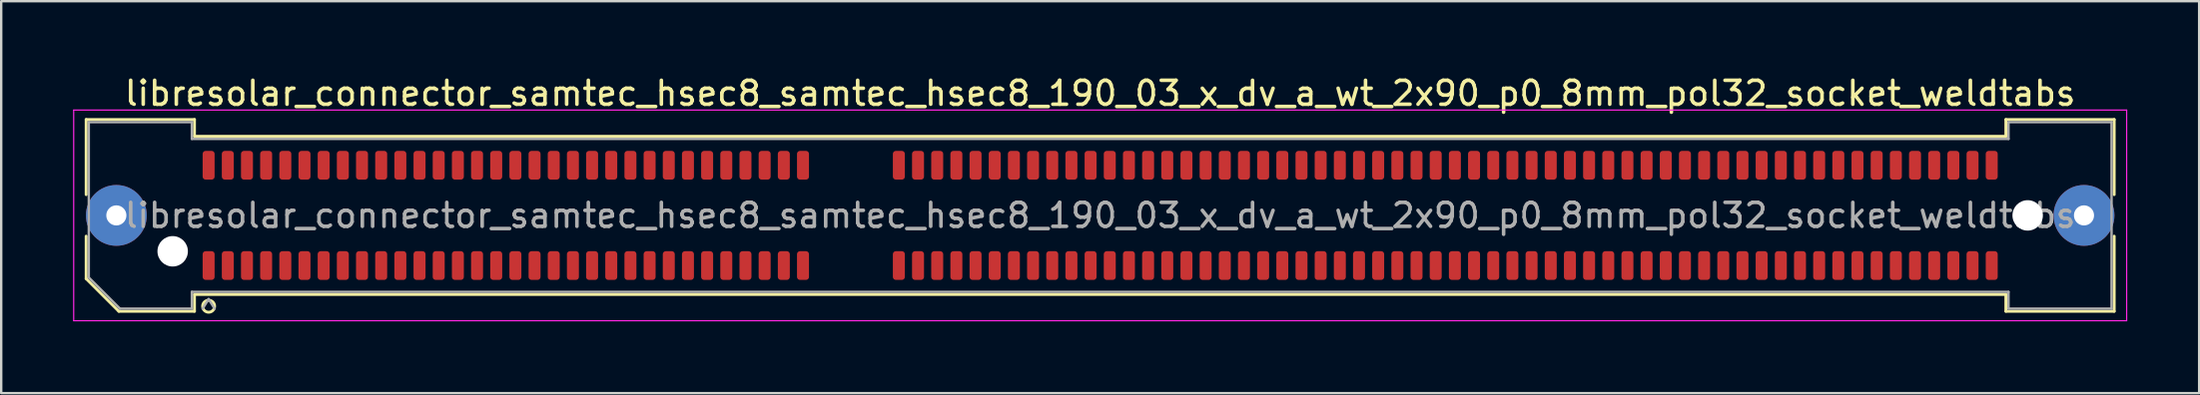
<source format=kicad_pcb>
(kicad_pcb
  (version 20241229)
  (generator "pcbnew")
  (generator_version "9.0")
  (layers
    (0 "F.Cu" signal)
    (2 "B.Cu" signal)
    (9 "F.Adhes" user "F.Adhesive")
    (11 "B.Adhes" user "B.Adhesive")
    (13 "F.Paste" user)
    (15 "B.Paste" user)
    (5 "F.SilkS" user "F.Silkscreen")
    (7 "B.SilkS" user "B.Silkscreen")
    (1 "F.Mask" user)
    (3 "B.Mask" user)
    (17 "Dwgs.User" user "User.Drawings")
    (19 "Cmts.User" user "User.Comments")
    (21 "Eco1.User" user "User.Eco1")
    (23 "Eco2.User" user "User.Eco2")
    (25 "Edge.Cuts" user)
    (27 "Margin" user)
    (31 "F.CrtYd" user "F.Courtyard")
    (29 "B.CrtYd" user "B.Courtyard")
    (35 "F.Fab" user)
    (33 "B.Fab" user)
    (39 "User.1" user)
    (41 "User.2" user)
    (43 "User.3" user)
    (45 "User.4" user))
  (footprint "libresolar_connector_samtec_hsec8_samtec_hsec8_190_03_x_dv_a_wt_2x90_p0_8mm_pol32_socket_weldtabs"
    (layer "F.Cu")
    (at 42.855 5.948)
    (property "Reference" "libresolar_connector_samtec_hsec8_samtec_hsec8_190_03_x_dv_a_wt_2x90_p0_8mm_pol32_socket_weldtabs" (at 0 -5.1 0) (layer "F.SilkS") (effects (font (size 1 1) (thickness 0.15))))
    (attr smd)
    (fp_line (start -42.31 -4.005) (end -37.79 -4.005) (stroke (width 0.12) (type solid)) (layer "F.SilkS"))
    (fp_line (start -42.31 -0.868) (end -42.31 -4.005) (stroke (width 0.12) (type solid)) (layer "F.SilkS"))
    (fp_line (start -42.31 2.641) (end -42.31 0.868) (stroke (width 0.12) (type solid)) (layer "F.SilkS"))
    (fp_line (start -40.946 4.005) (end -42.31 2.641) (stroke (width 0.12) (type solid)) (layer "F.SilkS"))
    (fp_line (start -37.79 -4.005) (end -37.79 -3.305) (stroke (width 0.12) (type solid)) (layer "F.SilkS"))
    (fp_line (start -37.79 -3.305) (end 37.79 -3.305) (stroke (width 0.12) (type solid)) (layer "F.SilkS"))
    (fp_line (start -37.79 3.305) (end -37.79 4.005) (stroke (width 0.12) (type solid)) (layer "F.SilkS"))
    (fp_line (start -37.79 4.005) (end -40.946 4.005) (stroke (width 0.12) (type solid)) (layer "F.SilkS"))
    (fp_line (start 37.79 -4.005) (end 42.31 -4.005) (stroke (width 0.12) (type solid)) (layer "F.SilkS"))
    (fp_line (start 37.79 -3.305) (end 37.79 -4.005) (stroke (width 0.12) (type solid)) (layer "F.SilkS"))
    (fp_line (start 37.79 3.305) (end -37.79 3.305) (stroke (width 0.12) (type solid)) (layer "F.SilkS"))
    (fp_line (start 37.79 4.005) (end 37.79 3.305) (stroke (width 0.12) (type solid)) (layer "F.SilkS"))
    (fp_line (start 42.31 -4.005) (end 42.31 -0.868) (stroke (width 0.12) (type solid)) (layer "F.SilkS"))
    (fp_line (start 42.31 0.868) (end 42.31 4.005) (stroke (width 0.12) (type solid)) (layer "F.SilkS"))
    (fp_line (start 42.31 4.005) (end 37.79 4.005) (stroke (width 0.12) (type solid)) (layer "F.SilkS"))
    (fp_arc (start -36.95 3.795) (mid -37.45 3.795) (end -36.95 3.795) (stroke (width 0.12) (type solid)) (layer "F.SilkS"))
    (fp_line (start -42.83 -4.4) (end -42.83 4.4) (stroke (width 0.05) (type solid)) (layer "F.CrtYd"))
    (fp_line (start -42.83 4.4) (end 42.83 4.4) (stroke (width 0.05) (type solid)) (layer "F.CrtYd"))
    (fp_line (start 42.83 -4.4) (end -42.83 -4.4) (stroke (width 0.05) (type solid)) (layer "F.CrtYd"))
    (fp_line (start 42.83 4.4) (end 42.83 -4.4) (stroke (width 0.05) (type solid)) (layer "F.CrtYd"))
    (fp_line (start -42.2 -3.895) (end -37.9 -3.895) (stroke (width 0.1) (type solid)) (layer "F.Fab"))
    (fp_line (start -42.2 2.595) (end -42.2 -3.895) (stroke (width 0.1) (type solid)) (layer "F.Fab"))
    (fp_line (start -40.9 3.895) (end -42.2 2.595) (stroke (width 0.1) (type solid)) (layer "F.Fab"))
    (fp_line (start -37.9 -3.895) (end -37.9 -3.195) (stroke (width 0.1) (type solid)) (layer "F.Fab"))
    (fp_line (start -37.9 -3.195) (end 37.9 -3.195) (stroke (width 0.1) (type solid)) (layer "F.Fab"))
    (fp_line (start -37.9 3.195) (end -37.9 3.895) (stroke (width 0.1) (type solid)) (layer "F.Fab"))
    (fp_line (start -37.9 3.895) (end -40.9 3.895) (stroke (width 0.1) (type solid)) (layer "F.Fab"))
    (fp_line (start -37.2 3.495) (end -37.45 3.895) (stroke (width 0.1) (type solid)) (layer "F.Fab"))
    (fp_line (start -37.2 3.495) (end -36.95 3.895) (stroke (width 0.1) (type solid)) (layer "F.Fab"))
    (fp_line (start 37.9 -3.895) (end 42.2 -3.895) (stroke (width 0.1) (type solid)) (layer "F.Fab"))
    (fp_line (start 37.9 -3.195) (end 37.9 -3.895) (stroke (width 0.1) (type solid)) (layer "F.Fab"))
    (fp_line (start 37.9 3.195) (end -37.9 3.195) (stroke (width 0.1) (type solid)) (layer "F.Fab"))
    (fp_line (start 37.9 3.895) (end 37.9 3.195) (stroke (width 0.1) (type solid)) (layer "F.Fab"))
    (fp_line (start 42.2 -3.895) (end 42.2 3.895) (stroke (width 0.1) (type solid)) (layer "F.Fab"))
    (fp_line (start 42.2 3.895) (end 37.9 3.895) (stroke (width 0.1) (type solid)) (layer "F.Fab"))
    (fp_text user "${REFERENCE}" (at 0 0 0) (layer "F.Fab") (effects (font (size 1 1) (thickness 0.15))))
    (pad "" thru_hole circle (at -41.05 0) (size 2.54 2.54) (drill 0.84) (layers "*.Cu" "*.Mask" "F.Paste"))
    (pad "" np_thru_hole circle (at -38.7 1.5) (size 1.27 1.27) (drill 1.27) (layers "*.Cu" "*.Mask"))
    (pad "" np_thru_hole circle (at 38.7 0) (size 1.27 1.27) (drill 1.27) (layers "*.Cu" "*.Mask"))
    (pad "" thru_hole circle (at 41.05 0) (size 2.54 2.54) (drill 0.84) (layers "*.Cu" "*.Mask" "F.Paste"))
    (pad "1" smd roundrect (at -37.2 2.095) (size 0.5 1.2) (layers "F.Cu" "F.Mask" "F.Paste") (roundrect_rratio 0.25))
    (pad "2" smd roundrect (at -37.2 -2.095) (size 0.5 1.2) (layers "F.Cu" "F.Mask" "F.Paste") (roundrect_rratio 0.25))
    (pad "3" smd roundrect (at -36.4 2.095) (size 0.5 1.2) (layers "F.Cu" "F.Mask" "F.Paste") (roundrect_rratio 0.25))
    (pad "4" smd roundrect (at -36.4 -2.095) (size 0.5 1.2) (layers "F.Cu" "F.Mask" "F.Paste") (roundrect_rratio 0.25))
    (pad "5" smd roundrect (at -35.6 2.095) (size 0.5 1.2) (layers "F.Cu" "F.Mask" "F.Paste") (roundrect_rratio 0.25))
    (pad "6" smd roundrect (at -35.6 -2.095) (size 0.5 1.2) (layers "F.Cu" "F.Mask" "F.Paste") (roundrect_rratio 0.25))
    (pad "7" smd roundrect (at -34.8 2.095) (size 0.5 1.2) (layers "F.Cu" "F.Mask" "F.Paste") (roundrect_rratio 0.25))
    (pad "8" smd roundrect (at -34.8 -2.095) (size 0.5 1.2) (layers "F.Cu" "F.Mask" "F.Paste") (roundrect_rratio 0.25))
    (pad "9" smd roundrect (at -34 2.095) (size 0.5 1.2) (layers "F.Cu" "F.Mask" "F.Paste") (roundrect_rratio 0.25))
    (pad "10" smd roundrect (at -34 -2.095) (size 0.5 1.2) (layers "F.Cu" "F.Mask" "F.Paste") (roundrect_rratio 0.25))
    (pad "11" smd roundrect (at -33.2 2.095) (size 0.5 1.2) (layers "F.Cu" "F.Mask" "F.Paste") (roundrect_rratio 0.25))
    (pad "12" smd roundrect (at -33.2 -2.095) (size 0.5 1.2) (layers "F.Cu" "F.Mask" "F.Paste") (roundrect_rratio 0.25))
    (pad "13" smd roundrect (at -32.4 2.095) (size 0.5 1.2) (layers "F.Cu" "F.Mask" "F.Paste") (roundrect_rratio 0.25))
    (pad "14" smd roundrect (at -32.4 -2.095) (size 0.5 1.2) (layers "F.Cu" "F.Mask" "F.Paste") (roundrect_rratio 0.25))
    (pad "15" smd roundrect (at -31.6 2.095) (size 0.5 1.2) (layers "F.Cu" "F.Mask" "F.Paste") (roundrect_rratio 0.25))
    (pad "16" smd roundrect (at -31.6 -2.095) (size 0.5 1.2) (layers "F.Cu" "F.Mask" "F.Paste") (roundrect_rratio 0.25))
    (pad "17" smd roundrect (at -30.8 2.095) (size 0.5 1.2) (layers "F.Cu" "F.Mask" "F.Paste") (roundrect_rratio 0.25))
    (pad "18" smd roundrect (at -30.8 -2.095) (size 0.5 1.2) (layers "F.Cu" "F.Mask" "F.Paste") (roundrect_rratio 0.25))
    (pad "19" smd roundrect (at -30 2.095) (size 0.5 1.2) (layers "F.Cu" "F.Mask" "F.Paste") (roundrect_rratio 0.25))
    (pad "20" smd roundrect (at -30 -2.095) (size 0.5 1.2) (layers "F.Cu" "F.Mask" "F.Paste") (roundrect_rratio 0.25))
    (pad "21" smd roundrect (at -29.2 2.095) (size 0.5 1.2) (layers "F.Cu" "F.Mask" "F.Paste") (roundrect_rratio 0.25))
    (pad "22" smd roundrect (at -29.2 -2.095) (size 0.5 1.2) (layers "F.Cu" "F.Mask" "F.Paste") (roundrect_rratio 0.25))
    (pad "23" smd roundrect (at -28.4 2.095) (size 0.5 1.2) (layers "F.Cu" "F.Mask" "F.Paste") (roundrect_rratio 0.25))
    (pad "24" smd roundrect (at -28.4 -2.095) (size 0.5 1.2) (layers "F.Cu" "F.Mask" "F.Paste") (roundrect_rratio 0.25))
    (pad "25" smd roundrect (at -27.6 2.095) (size 0.5 1.2) (layers "F.Cu" "F.Mask" "F.Paste") (roundrect_rratio 0.25))
    (pad "26" smd roundrect (at -27.6 -2.095) (size 0.5 1.2) (layers "F.Cu" "F.Mask" "F.Paste") (roundrect_rratio 0.25))
    (pad "27" smd roundrect (at -26.8 2.095) (size 0.5 1.2) (layers "F.Cu" "F.Mask" "F.Paste") (roundrect_rratio 0.25))
    (pad "28" smd roundrect (at -26.8 -2.095) (size 0.5 1.2) (layers "F.Cu" "F.Mask" "F.Paste") (roundrect_rratio 0.25))
    (pad "29" smd roundrect (at -26 2.095) (size 0.5 1.2) (layers "F.Cu" "F.Mask" "F.Paste") (roundrect_rratio 0.25))
    (pad "30" smd roundrect (at -26 -2.095) (size 0.5 1.2) (layers "F.Cu" "F.Mask" "F.Paste") (roundrect_rratio 0.25))
    (pad "31" smd roundrect (at -25.2 2.095) (size 0.5 1.2) (layers "F.Cu" "F.Mask" "F.Paste") (roundrect_rratio 0.25))
    (pad "32" smd roundrect (at -25.2 -2.095) (size 0.5 1.2) (layers "F.Cu" "F.Mask" "F.Paste") (roundrect_rratio 0.25))
    (pad "33" smd roundrect (at -24.4 2.095) (size 0.5 1.2) (layers "F.Cu" "F.Mask" "F.Paste") (roundrect_rratio 0.25))
    (pad "34" smd roundrect (at -24.4 -2.095) (size 0.5 1.2) (layers "F.Cu" "F.Mask" "F.Paste") (roundrect_rratio 0.25))
    (pad "35" smd roundrect (at -23.6 2.095) (size 0.5 1.2) (layers "F.Cu" "F.Mask" "F.Paste") (roundrect_rratio 0.25))
    (pad "36" smd roundrect (at -23.6 -2.095) (size 0.5 1.2) (layers "F.Cu" "F.Mask" "F.Paste") (roundrect_rratio 0.25))
    (pad "37" smd roundrect (at -22.8 2.095) (size 0.5 1.2) (layers "F.Cu" "F.Mask" "F.Paste") (roundrect_rratio 0.25))
    (pad "38" smd roundrect (at -22.8 -2.095) (size 0.5 1.2) (layers "F.Cu" "F.Mask" "F.Paste") (roundrect_rratio 0.25))
    (pad "39" smd roundrect (at -22 2.095) (size 0.5 1.2) (layers "F.Cu" "F.Mask" "F.Paste") (roundrect_rratio 0.25))
    (pad "40" smd roundrect (at -22 -2.095) (size 0.5 1.2) (layers "F.Cu" "F.Mask" "F.Paste") (roundrect_rratio 0.25))
    (pad "41" smd roundrect (at -21.2 2.095) (size 0.5 1.2) (layers "F.Cu" "F.Mask" "F.Paste") (roundrect_rratio 0.25))
    (pad "42" smd roundrect (at -21.2 -2.095) (size 0.5 1.2) (layers "F.Cu" "F.Mask" "F.Paste") (roundrect_rratio 0.25))
    (pad "43" smd roundrect (at -20.4 2.095) (size 0.5 1.2) (layers "F.Cu" "F.Mask" "F.Paste") (roundrect_rratio 0.25))
    (pad "44" smd roundrect (at -20.4 -2.095) (size 0.5 1.2) (layers "F.Cu" "F.Mask" "F.Paste") (roundrect_rratio 0.25))
    (pad "45" smd roundrect (at -19.6 2.095) (size 0.5 1.2) (layers "F.Cu" "F.Mask" "F.Paste") (roundrect_rratio 0.25))
    (pad "46" smd roundrect (at -19.6 -2.095) (size 0.5 1.2) (layers "F.Cu" "F.Mask" "F.Paste") (roundrect_rratio 0.25))
    (pad "47" smd roundrect (at -18.8 2.095) (size 0.5 1.2) (layers "F.Cu" "F.Mask" "F.Paste") (roundrect_rratio 0.25))
    (pad "48" smd roundrect (at -18.8 -2.095) (size 0.5 1.2) (layers "F.Cu" "F.Mask" "F.Paste") (roundrect_rratio 0.25))
    (pad "49" smd roundrect (at -18 2.095) (size 0.5 1.2) (layers "F.Cu" "F.Mask" "F.Paste") (roundrect_rratio 0.25))
    (pad "50" smd roundrect (at -18 -2.095) (size 0.5 1.2) (layers "F.Cu" "F.Mask" "F.Paste") (roundrect_rratio 0.25))
    (pad "51" smd roundrect (at -17.2 2.095) (size 0.5 1.2) (layers "F.Cu" "F.Mask" "F.Paste") (roundrect_rratio 0.25))
    (pad "52" smd roundrect (at -17.2 -2.095) (size 0.5 1.2) (layers "F.Cu" "F.Mask" "F.Paste") (roundrect_rratio 0.25))
    (pad "53" smd roundrect (at -16.4 2.095) (size 0.5 1.2) (layers "F.Cu" "F.Mask" "F.Paste") (roundrect_rratio 0.25))
    (pad "54" smd roundrect (at -16.4 -2.095) (size 0.5 1.2) (layers "F.Cu" "F.Mask" "F.Paste") (roundrect_rratio 0.25))
    (pad "55" smd roundrect (at -15.6 2.095) (size 0.5 1.2) (layers "F.Cu" "F.Mask" "F.Paste") (roundrect_rratio 0.25))
    (pad "56" smd roundrect (at -15.6 -2.095) (size 0.5 1.2) (layers "F.Cu" "F.Mask" "F.Paste") (roundrect_rratio 0.25))
    (pad "57" smd roundrect (at -14.8 2.095) (size 0.5 1.2) (layers "F.Cu" "F.Mask" "F.Paste") (roundrect_rratio 0.25))
    (pad "58" smd roundrect (at -14.8 -2.095) (size 0.5 1.2) (layers "F.Cu" "F.Mask" "F.Paste") (roundrect_rratio 0.25))
    (pad "59" smd roundrect (at -14 2.095) (size 0.5 1.2) (layers "F.Cu" "F.Mask" "F.Paste") (roundrect_rratio 0.25))
    (pad "60" smd roundrect (at -14 -2.095) (size 0.5 1.2) (layers "F.Cu" "F.Mask" "F.Paste") (roundrect_rratio 0.25))
    (pad "61" smd roundrect (at -13.2 2.095) (size 0.5 1.2) (layers "F.Cu" "F.Mask" "F.Paste") (roundrect_rratio 0.25))
    (pad "62" smd roundrect (at -13.2 -2.095) (size 0.5 1.2) (layers "F.Cu" "F.Mask" "F.Paste") (roundrect_rratio 0.25))
    (pad "63" smd roundrect (at -12.4 2.095) (size 0.5 1.2) (layers "F.Cu" "F.Mask" "F.Paste") (roundrect_rratio 0.25))
    (pad "64" smd roundrect (at -12.4 -2.095) (size 0.5 1.2) (layers "F.Cu" "F.Mask" "F.Paste") (roundrect_rratio 0.25))
    (pad "65" smd roundrect (at -8.4 2.095) (size 0.5 1.2) (layers "F.Cu" "F.Mask" "F.Paste") (roundrect_rratio 0.25))
    (pad "66" smd roundrect (at -8.4 -2.095) (size 0.5 1.2) (layers "F.Cu" "F.Mask" "F.Paste") (roundrect_rratio 0.25))
    (pad "67" smd roundrect (at -7.6 2.095) (size 0.5 1.2) (layers "F.Cu" "F.Mask" "F.Paste") (roundrect_rratio 0.25))
    (pad "68" smd roundrect (at -7.6 -2.095) (size 0.5 1.2) (layers "F.Cu" "F.Mask" "F.Paste") (roundrect_rratio 0.25))
    (pad "69" smd roundrect (at -6.8 2.095) (size 0.5 1.2) (layers "F.Cu" "F.Mask" "F.Paste") (roundrect_rratio 0.25))
    (pad "70" smd roundrect (at -6.8 -2.095) (size 0.5 1.2) (layers "F.Cu" "F.Mask" "F.Paste") (roundrect_rratio 0.25))
    (pad "71" smd roundrect (at -6 2.095) (size 0.5 1.2) (layers "F.Cu" "F.Mask" "F.Paste") (roundrect_rratio 0.25))
    (pad "72" smd roundrect (at -6 -2.095) (size 0.5 1.2) (layers "F.Cu" "F.Mask" "F.Paste") (roundrect_rratio 0.25))
    (pad "73" smd roundrect (at -5.2 2.095) (size 0.5 1.2) (layers "F.Cu" "F.Mask" "F.Paste") (roundrect_rratio 0.25))
    (pad "74" smd roundrect (at -5.2 -2.095) (size 0.5 1.2) (layers "F.Cu" "F.Mask" "F.Paste") (roundrect_rratio 0.25))
    (pad "75" smd roundrect (at -4.4 2.095) (size 0.5 1.2) (layers "F.Cu" "F.Mask" "F.Paste") (roundrect_rratio 0.25))
    (pad "76" smd roundrect (at -4.4 -2.095) (size 0.5 1.2) (layers "F.Cu" "F.Mask" "F.Paste") (roundrect_rratio 0.25))
    (pad "77" smd roundrect (at -3.6 2.095) (size 0.5 1.2) (layers "F.Cu" "F.Mask" "F.Paste") (roundrect_rratio 0.25))
    (pad "78" smd roundrect (at -3.6 -2.095) (size 0.5 1.2) (layers "F.Cu" "F.Mask" "F.Paste") (roundrect_rratio 0.25))
    (pad "79" smd roundrect (at -2.8 2.095) (size 0.5 1.2) (layers "F.Cu" "F.Mask" "F.Paste") (roundrect_rratio 0.25))
    (pad "80" smd roundrect (at -2.8 -2.095) (size 0.5 1.2) (layers "F.Cu" "F.Mask" "F.Paste") (roundrect_rratio 0.25))
    (pad "81" smd roundrect (at -2 2.095) (size 0.5 1.2) (layers "F.Cu" "F.Mask" "F.Paste") (roundrect_rratio 0.25))
    (pad "82" smd roundrect (at -2 -2.095) (size 0.5 1.2) (layers "F.Cu" "F.Mask" "F.Paste") (roundrect_rratio 0.25))
    (pad "83" smd roundrect (at -1.2 2.095) (size 0.5 1.2) (layers "F.Cu" "F.Mask" "F.Paste") (roundrect_rratio 0.25))
    (pad "84" smd roundrect (at -1.2 -2.095) (size 0.5 1.2) (layers "F.Cu" "F.Mask" "F.Paste") (roundrect_rratio 0.25))
    (pad "85" smd roundrect (at -0.4 2.095) (size 0.5 1.2) (layers "F.Cu" "F.Mask" "F.Paste") (roundrect_rratio 0.25))
    (pad "86" smd roundrect (at -0.4 -2.095) (size 0.5 1.2) (layers "F.Cu" "F.Mask" "F.Paste") (roundrect_rratio 0.25))
    (pad "87" smd roundrect (at 0.4 2.095) (size 0.5 1.2) (layers "F.Cu" "F.Mask" "F.Paste") (roundrect_rratio 0.25))
    (pad "88" smd roundrect (at 0.4 -2.095) (size 0.5 1.2) (layers "F.Cu" "F.Mask" "F.Paste") (roundrect_rratio 0.25))
    (pad "89" smd roundrect (at 1.2 2.095) (size 0.5 1.2) (layers "F.Cu" "F.Mask" "F.Paste") (roundrect_rratio 0.25))
    (pad "90" smd roundrect (at 1.2 -2.095) (size 0.5 1.2) (layers "F.Cu" "F.Mask" "F.Paste") (roundrect_rratio 0.25))
    (pad "91" smd roundrect (at 2 2.095) (size 0.5 1.2) (layers "F.Cu" "F.Mask" "F.Paste") (roundrect_rratio 0.25))
    (pad "92" smd roundrect (at 2 -2.095) (size 0.5 1.2) (layers "F.Cu" "F.Mask" "F.Paste") (roundrect_rratio 0.25))
    (pad "93" smd roundrect (at 2.8 2.095) (size 0.5 1.2) (layers "F.Cu" "F.Mask" "F.Paste") (roundrect_rratio 0.25))
    (pad "94" smd roundrect (at 2.8 -2.095) (size 0.5 1.2) (layers "F.Cu" "F.Mask" "F.Paste") (roundrect_rratio 0.25))
    (pad "95" smd roundrect (at 3.6 2.095) (size 0.5 1.2) (layers "F.Cu" "F.Mask" "F.Paste") (roundrect_rratio 0.25))
    (pad "96" smd roundrect (at 3.6 -2.095) (size 0.5 1.2) (layers "F.Cu" "F.Mask" "F.Paste") (roundrect_rratio 0.25))
    (pad "97" smd roundrect (at 4.4 2.095) (size 0.5 1.2) (layers "F.Cu" "F.Mask" "F.Paste") (roundrect_rratio 0.25))
    (pad "98" smd roundrect (at 4.4 -2.095) (size 0.5 1.2) (layers "F.Cu" "F.Mask" "F.Paste") (roundrect_rratio 0.25))
    (pad "99" smd roundrect (at 5.2 2.095) (size 0.5 1.2) (layers "F.Cu" "F.Mask" "F.Paste") (roundrect_rratio 0.25))
    (pad "100" smd roundrect (at 5.2 -2.095) (size 0.5 1.2) (layers "F.Cu" "F.Mask" "F.Paste") (roundrect_rratio 0.25))
    (pad "101" smd roundrect (at 6 2.095) (size 0.5 1.2) (layers "F.Cu" "F.Mask" "F.Paste") (roundrect_rratio 0.25))
    (pad "102" smd roundrect (at 6 -2.095) (size 0.5 1.2) (layers "F.Cu" "F.Mask" "F.Paste") (roundrect_rratio 0.25))
    (pad "103" smd roundrect (at 6.8 2.095) (size 0.5 1.2) (layers "F.Cu" "F.Mask" "F.Paste") (roundrect_rratio 0.25))
    (pad "104" smd roundrect (at 6.8 -2.095) (size 0.5 1.2) (layers "F.Cu" "F.Mask" "F.Paste") (roundrect_rratio 0.25))
    (pad "105" smd roundrect (at 7.6 2.095) (size 0.5 1.2) (layers "F.Cu" "F.Mask" "F.Paste") (roundrect_rratio 0.25))
    (pad "106" smd roundrect (at 7.6 -2.095) (size 0.5 1.2) (layers "F.Cu" "F.Mask" "F.Paste") (roundrect_rratio 0.25))
    (pad "107" smd roundrect (at 8.4 2.095) (size 0.5 1.2) (layers "F.Cu" "F.Mask" "F.Paste") (roundrect_rratio 0.25))
    (pad "108" smd roundrect (at 8.4 -2.095) (size 0.5 1.2) (layers "F.Cu" "F.Mask" "F.Paste") (roundrect_rratio 0.25))
    (pad "109" smd roundrect (at 9.2 2.095) (size 0.5 1.2) (layers "F.Cu" "F.Mask" "F.Paste") (roundrect_rratio 0.25))
    (pad "110" smd roundrect (at 9.2 -2.095) (size 0.5 1.2) (layers "F.Cu" "F.Mask" "F.Paste") (roundrect_rratio 0.25))
    (pad "111" smd roundrect (at 10 2.095) (size 0.5 1.2) (layers "F.Cu" "F.Mask" "F.Paste") (roundrect_rratio 0.25))
    (pad "112" smd roundrect (at 10 -2.095) (size 0.5 1.2) (layers "F.Cu" "F.Mask" "F.Paste") (roundrect_rratio 0.25))
    (pad "113" smd roundrect (at 10.8 2.095) (size 0.5 1.2) (layers "F.Cu" "F.Mask" "F.Paste") (roundrect_rratio 0.25))
    (pad "114" smd roundrect (at 10.8 -2.095) (size 0.5 1.2) (layers "F.Cu" "F.Mask" "F.Paste") (roundrect_rratio 0.25))
    (pad "115" smd roundrect (at 11.6 2.095) (size 0.5 1.2) (layers "F.Cu" "F.Mask" "F.Paste") (roundrect_rratio 0.25))
    (pad "116" smd roundrect (at 11.6 -2.095) (size 0.5 1.2) (layers "F.Cu" "F.Mask" "F.Paste") (roundrect_rratio 0.25))
    (pad "117" smd roundrect (at 12.4 2.095) (size 0.5 1.2) (layers "F.Cu" "F.Mask" "F.Paste") (roundrect_rratio 0.25))
    (pad "118" smd roundrect (at 12.4 -2.095) (size 0.5 1.2) (layers "F.Cu" "F.Mask" "F.Paste") (roundrect_rratio 0.25))
    (pad "119" smd roundrect (at 13.2 2.095) (size 0.5 1.2) (layers "F.Cu" "F.Mask" "F.Paste") (roundrect_rratio 0.25))
    (pad "120" smd roundrect (at 13.2 -2.095) (size 0.5 1.2) (layers "F.Cu" "F.Mask" "F.Paste") (roundrect_rratio 0.25))
    (pad "121" smd roundrect (at 14 2.095) (size 0.5 1.2) (layers "F.Cu" "F.Mask" "F.Paste") (roundrect_rratio 0.25))
    (pad "122" smd roundrect (at 14 -2.095) (size 0.5 1.2) (layers "F.Cu" "F.Mask" "F.Paste") (roundrect_rratio 0.25))
    (pad "123" smd roundrect (at 14.8 2.095) (size 0.5 1.2) (layers "F.Cu" "F.Mask" "F.Paste") (roundrect_rratio 0.25))
    (pad "124" smd roundrect (at 14.8 -2.095) (size 0.5 1.2) (layers "F.Cu" "F.Mask" "F.Paste") (roundrect_rratio 0.25))
    (pad "125" smd roundrect (at 15.6 2.095) (size 0.5 1.2) (layers "F.Cu" "F.Mask" "F.Paste") (roundrect_rratio 0.25))
    (pad "126" smd roundrect (at 15.6 -2.095) (size 0.5 1.2) (layers "F.Cu" "F.Mask" "F.Paste") (roundrect_rratio 0.25))
    (pad "127" smd roundrect (at 16.4 2.095) (size 0.5 1.2) (layers "F.Cu" "F.Mask" "F.Paste") (roundrect_rratio 0.25))
    (pad "128" smd roundrect (at 16.4 -2.095) (size 0.5 1.2) (layers "F.Cu" "F.Mask" "F.Paste") (roundrect_rratio 0.25))
    (pad "129" smd roundrect (at 17.2 2.095) (size 0.5 1.2) (layers "F.Cu" "F.Mask" "F.Paste") (roundrect_rratio 0.25))
    (pad "130" smd roundrect (at 17.2 -2.095) (size 0.5 1.2) (layers "F.Cu" "F.Mask" "F.Paste") (roundrect_rratio 0.25))
    (pad "131" smd roundrect (at 18 2.095) (size 0.5 1.2) (layers "F.Cu" "F.Mask" "F.Paste") (roundrect_rratio 0.25))
    (pad "132" smd roundrect (at 18 -2.095) (size 0.5 1.2) (layers "F.Cu" "F.Mask" "F.Paste") (roundrect_rratio 0.25))
    (pad "133" smd roundrect (at 18.8 2.095) (size 0.5 1.2) (layers "F.Cu" "F.Mask" "F.Paste") (roundrect_rratio 0.25))
    (pad "134" smd roundrect (at 18.8 -2.095) (size 0.5 1.2) (layers "F.Cu" "F.Mask" "F.Paste") (roundrect_rratio 0.25))
    (pad "135" smd roundrect (at 19.6 2.095) (size 0.5 1.2) (layers "F.Cu" "F.Mask" "F.Paste") (roundrect_rratio 0.25))
    (pad "136" smd roundrect (at 19.6 -2.095) (size 0.5 1.2) (layers "F.Cu" "F.Mask" "F.Paste") (roundrect_rratio 0.25))
    (pad "137" smd roundrect (at 20.4 2.095) (size 0.5 1.2) (layers "F.Cu" "F.Mask" "F.Paste") (roundrect_rratio 0.25))
    (pad "138" smd roundrect (at 20.4 -2.095) (size 0.5 1.2) (layers "F.Cu" "F.Mask" "F.Paste") (roundrect_rratio 0.25))
    (pad "139" smd roundrect (at 21.2 2.095) (size 0.5 1.2) (layers "F.Cu" "F.Mask" "F.Paste") (roundrect_rratio 0.25))
    (pad "140" smd roundrect (at 21.2 -2.095) (size 0.5 1.2) (layers "F.Cu" "F.Mask" "F.Paste") (roundrect_rratio 0.25))
    (pad "141" smd roundrect (at 22 2.095) (size 0.5 1.2) (layers "F.Cu" "F.Mask" "F.Paste") (roundrect_rratio 0.25))
    (pad "142" smd roundrect (at 22 -2.095) (size 0.5 1.2) (layers "F.Cu" "F.Mask" "F.Paste") (roundrect_rratio 0.25))
    (pad "143" smd roundrect (at 22.8 2.095) (size 0.5 1.2) (layers "F.Cu" "F.Mask" "F.Paste") (roundrect_rratio 0.25))
    (pad "144" smd roundrect (at 22.8 -2.095) (size 0.5 1.2) (layers "F.Cu" "F.Mask" "F.Paste") (roundrect_rratio 0.25))
    (pad "145" smd roundrect (at 23.6 2.095) (size 0.5 1.2) (layers "F.Cu" "F.Mask" "F.Paste") (roundrect_rratio 0.25))
    (pad "146" smd roundrect (at 23.6 -2.095) (size 0.5 1.2) (layers "F.Cu" "F.Mask" "F.Paste") (roundrect_rratio 0.25))
    (pad "147" smd roundrect (at 24.4 2.095) (size 0.5 1.2) (layers "F.Cu" "F.Mask" "F.Paste") (roundrect_rratio 0.25))
    (pad "148" smd roundrect (at 24.4 -2.095) (size 0.5 1.2) (layers "F.Cu" "F.Mask" "F.Paste") (roundrect_rratio 0.25))
    (pad "149" smd roundrect (at 25.2 2.095) (size 0.5 1.2) (layers "F.Cu" "F.Mask" "F.Paste") (roundrect_rratio 0.25))
    (pad "150" smd roundrect (at 25.2 -2.095) (size 0.5 1.2) (layers "F.Cu" "F.Mask" "F.Paste") (roundrect_rratio 0.25))
    (pad "151" smd roundrect (at 26 2.095) (size 0.5 1.2) (layers "F.Cu" "F.Mask" "F.Paste") (roundrect_rratio 0.25))
    (pad "152" smd roundrect (at 26 -2.095) (size 0.5 1.2) (layers "F.Cu" "F.Mask" "F.Paste") (roundrect_rratio 0.25))
    (pad "153" smd roundrect (at 26.8 2.095) (size 0.5 1.2) (layers "F.Cu" "F.Mask" "F.Paste") (roundrect_rratio 0.25))
    (pad "154" smd roundrect (at 26.8 -2.095) (size 0.5 1.2) (layers "F.Cu" "F.Mask" "F.Paste") (roundrect_rratio 0.25))
    (pad "155" smd roundrect (at 27.6 2.095) (size 0.5 1.2) (layers "F.Cu" "F.Mask" "F.Paste") (roundrect_rratio 0.25))
    (pad "156" smd roundrect (at 27.6 -2.095) (size 0.5 1.2) (layers "F.Cu" "F.Mask" "F.Paste") (roundrect_rratio 0.25))
    (pad "157" smd roundrect (at 28.4 2.095) (size 0.5 1.2) (layers "F.Cu" "F.Mask" "F.Paste") (roundrect_rratio 0.25))
    (pad "158" smd roundrect (at 28.4 -2.095) (size 0.5 1.2) (layers "F.Cu" "F.Mask" "F.Paste") (roundrect_rratio 0.25))
    (pad "159" smd roundrect (at 29.2 2.095) (size 0.5 1.2) (layers "F.Cu" "F.Mask" "F.Paste") (roundrect_rratio 0.25))
    (pad "160" smd roundrect (at 29.2 -2.095) (size 0.5 1.2) (layers "F.Cu" "F.Mask" "F.Paste") (roundrect_rratio 0.25))
    (pad "161" smd roundrect (at 30 2.095) (size 0.5 1.2) (layers "F.Cu" "F.Mask" "F.Paste") (roundrect_rratio 0.25))
    (pad "162" smd roundrect (at 30 -2.095) (size 0.5 1.2) (layers "F.Cu" "F.Mask" "F.Paste") (roundrect_rratio 0.25))
    (pad "163" smd roundrect (at 30.8 2.095) (size 0.5 1.2) (layers "F.Cu" "F.Mask" "F.Paste") (roundrect_rratio 0.25))
    (pad "164" smd roundrect (at 30.8 -2.095) (size 0.5 1.2) (layers "F.Cu" "F.Mask" "F.Paste") (roundrect_rratio 0.25))
    (pad "165" smd roundrect (at 31.6 2.095) (size 0.5 1.2) (layers "F.Cu" "F.Mask" "F.Paste") (roundrect_rratio 0.25))
    (pad "166" smd roundrect (at 31.6 -2.095) (size 0.5 1.2) (layers "F.Cu" "F.Mask" "F.Paste") (roundrect_rratio 0.25))
    (pad "167" smd roundrect (at 32.4 2.095) (size 0.5 1.2) (layers "F.Cu" "F.Mask" "F.Paste") (roundrect_rratio 0.25))
    (pad "168" smd roundrect (at 32.4 -2.095) (size 0.5 1.2) (layers "F.Cu" "F.Mask" "F.Paste") (roundrect_rratio 0.25))
    (pad "169" smd roundrect (at 33.2 2.095) (size 0.5 1.2) (layers "F.Cu" "F.Mask" "F.Paste") (roundrect_rratio 0.25))
    (pad "170" smd roundrect (at 33.2 -2.095) (size 0.5 1.2) (layers "F.Cu" "F.Mask" "F.Paste") (roundrect_rratio 0.25))
    (pad "171" smd roundrect (at 34 2.095) (size 0.5 1.2) (layers "F.Cu" "F.Mask" "F.Paste") (roundrect_rratio 0.25))
    (pad "172" smd roundrect (at 34 -2.095) (size 0.5 1.2) (layers "F.Cu" "F.Mask" "F.Paste") (roundrect_rratio 0.25))
    (pad "173" smd roundrect (at 34.8 2.095) (size 0.5 1.2) (layers "F.Cu" "F.Mask" "F.Paste") (roundrect_rratio 0.25))
    (pad "174" smd roundrect (at 34.8 -2.095) (size 0.5 1.2) (layers "F.Cu" "F.Mask" "F.Paste") (roundrect_rratio 0.25))
    (pad "175" smd roundrect (at 35.6 2.095) (size 0.5 1.2) (layers "F.Cu" "F.Mask" "F.Paste") (roundrect_rratio 0.25))
    (pad "176" smd roundrect (at 35.6 -2.095) (size 0.5 1.2) (layers "F.Cu" "F.Mask" "F.Paste") (roundrect_rratio 0.25))
    (pad "177" smd roundrect (at 36.4 2.095) (size 0.5 1.2) (layers "F.Cu" "F.Mask" "F.Paste") (roundrect_rratio 0.25))
    (pad "178" smd roundrect (at 36.4 -2.095) (size 0.5 1.2) (layers "F.Cu" "F.Mask" "F.Paste") (roundrect_rratio 0.25))
    (pad "179" smd roundrect (at 37.2 2.095) (size 0.5 1.2) (layers "F.Cu" "F.Mask" "F.Paste") (roundrect_rratio 0.25))
    (pad "180" smd roundrect (at 37.2 -2.095) (size 0.5 1.2) (layers "F.Cu" "F.Mask" "F.Paste") (roundrect_rratio 0.25)))
  (gr_rect
    (start -3 -3)
    (end 88.71 13.373)
    (stroke (width 0.1) (type default))
    (fill no)
    (layer "Edge.Cuts")))
</source>
